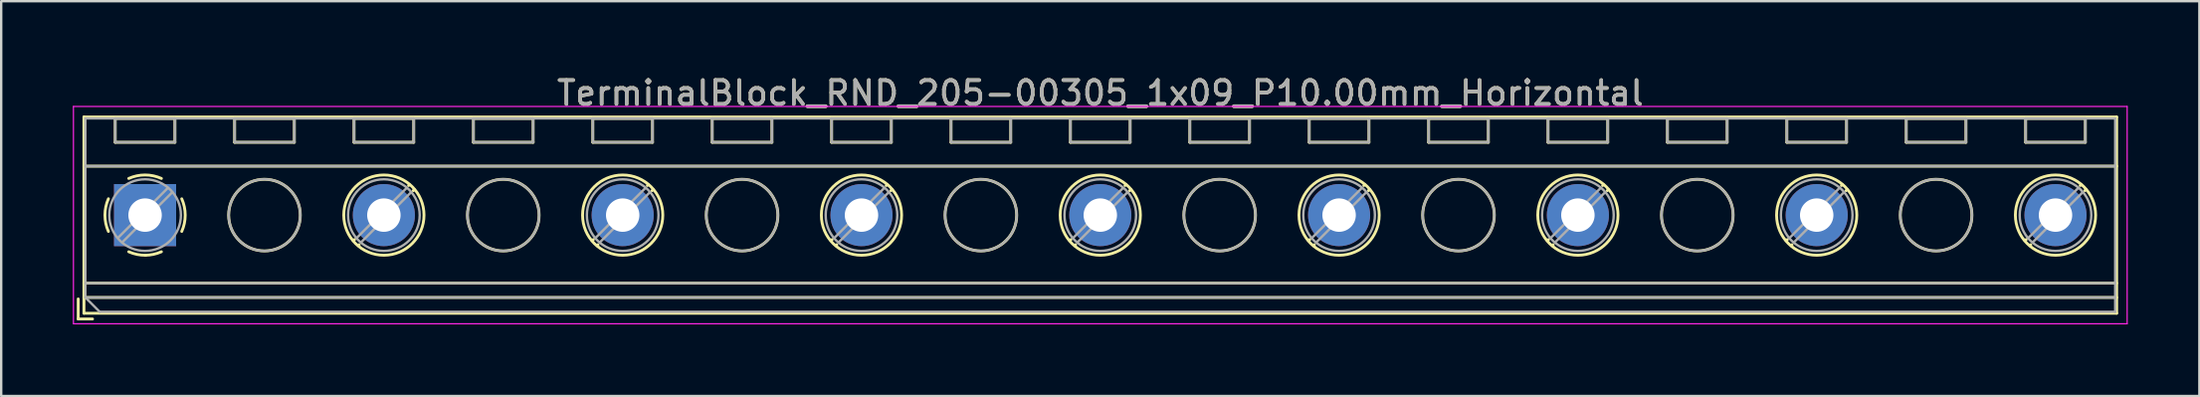
<source format=kicad_pcb>
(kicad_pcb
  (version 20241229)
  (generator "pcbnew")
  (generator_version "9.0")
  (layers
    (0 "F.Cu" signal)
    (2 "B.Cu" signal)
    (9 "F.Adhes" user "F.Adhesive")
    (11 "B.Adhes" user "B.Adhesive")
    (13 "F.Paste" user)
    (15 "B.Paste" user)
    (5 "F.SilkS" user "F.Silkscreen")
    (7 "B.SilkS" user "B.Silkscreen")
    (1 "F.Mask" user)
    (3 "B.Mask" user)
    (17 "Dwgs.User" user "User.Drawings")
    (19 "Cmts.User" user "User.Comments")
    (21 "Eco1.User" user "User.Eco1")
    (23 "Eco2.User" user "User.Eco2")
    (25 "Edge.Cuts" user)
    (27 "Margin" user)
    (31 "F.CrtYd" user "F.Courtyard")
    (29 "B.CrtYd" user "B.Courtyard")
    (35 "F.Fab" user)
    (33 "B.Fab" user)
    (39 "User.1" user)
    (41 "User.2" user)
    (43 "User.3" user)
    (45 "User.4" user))
  (footprint "TerminalBlock_RND_205-00305_1x09_P10.00mm_Horizontal"
    (layer "F.Cu")
    (at 3.025 5.958)
    (property "Reference" "TerminalBlock_RND_205-00305_1x09_P10.00mm_Horizontal" (at 40 -5.11 0) (layer "F.SilkS") (effects (font (size 1 1) (thickness 0.15))))
    (attr through_hole)
    (fp_line (start -2.8 3.51) (end -2.8 4.35) (stroke (width 0.12) (type solid)) (layer "F.SilkS"))
    (fp_line (start -2.8 4.35) (end -2.2 4.35) (stroke (width 0.12) (type solid)) (layer "F.SilkS"))
    (fp_line (start -2.56 -4.11) (end -2.56 4.11) (stroke (width 0.12) (type solid)) (layer "F.SilkS"))
    (fp_line (start -2.56 -4.11) (end 82.56 -4.11) (stroke (width 0.12) (type solid)) (layer "F.SilkS"))
    (fp_line (start -2.56 -2.05) (end 82.56 -2.05) (stroke (width 0.12) (type solid)) (layer "F.SilkS"))
    (fp_line (start -2.56 2.85) (end 82.56 2.85) (stroke (width 0.12) (type solid)) (layer "F.SilkS"))
    (fp_line (start -2.56 3.45) (end 82.56 3.45) (stroke (width 0.12) (type solid)) (layer "F.SilkS"))
    (fp_line (start -2.56 4.11) (end 82.56 4.11) (stroke (width 0.12) (type solid)) (layer "F.SilkS"))
    (fp_line (start -1.25 -4.05) (end -1.25 -3.05) (stroke (width 0.12) (type solid)) (layer "F.SilkS"))
    (fp_line (start -1.25 -4.05) (end 1.25 -4.05) (stroke (width 0.12) (type solid)) (layer "F.SilkS"))
    (fp_line (start -1.25 -3.05) (end 1.25 -3.05) (stroke (width 0.12) (type solid)) (layer "F.SilkS"))
    (fp_line (start 1.25 -4.05) (end 1.25 -3.05) (stroke (width 0.12) (type solid)) (layer "F.SilkS"))
    (fp_line (start 3.75 -4.05) (end 3.75 -3.05) (stroke (width 0.12) (type solid)) (layer "F.SilkS"))
    (fp_line (start 3.75 -4.05) (end 6.25 -4.05) (stroke (width 0.12) (type solid)) (layer "F.SilkS"))
    (fp_line (start 3.75 -3.05) (end 6.25 -3.05) (stroke (width 0.12) (type solid)) (layer "F.SilkS"))
    (fp_line (start 6.25 -4.05) (end 6.25 -3.05) (stroke (width 0.12) (type solid)) (layer "F.SilkS"))
    (fp_line (start 8.75 -4.05) (end 8.75 -3.05) (stroke (width 0.12) (type solid)) (layer "F.SilkS"))
    (fp_line (start 8.75 -4.05) (end 11.25 -4.05) (stroke (width 0.12) (type solid)) (layer "F.SilkS"))
    (fp_line (start 8.75 -3.05) (end 11.25 -3.05) (stroke (width 0.12) (type solid)) (layer "F.SilkS"))
    (fp_line (start 8.773 1.023) (end 8.726 1.069) (stroke (width 0.12) (type solid)) (layer "F.SilkS"))
    (fp_line (start 8.966 1.239) (end 8.931 1.274) (stroke (width 0.12) (type solid)) (layer "F.SilkS"))
    (fp_line (start 11.07 -1.275) (end 11.035 -1.239) (stroke (width 0.12) (type solid)) (layer "F.SilkS"))
    (fp_line (start 11.25 -4.05) (end 11.25 -3.05) (stroke (width 0.12) (type solid)) (layer "F.SilkS"))
    (fp_line (start 11.275 -1.069) (end 11.228 -1.023) (stroke (width 0.12) (type solid)) (layer "F.SilkS"))
    (fp_line (start 13.75 -4.05) (end 13.75 -3.05) (stroke (width 0.12) (type solid)) (layer "F.SilkS"))
    (fp_line (start 13.75 -4.05) (end 16.25 -4.05) (stroke (width 0.12) (type solid)) (layer "F.SilkS"))
    (fp_line (start 13.75 -3.05) (end 16.25 -3.05) (stroke (width 0.12) (type solid)) (layer "F.SilkS"))
    (fp_line (start 16.25 -4.05) (end 16.25 -3.05) (stroke (width 0.12) (type solid)) (layer "F.SilkS"))
    (fp_line (start 18.75 -4.05) (end 18.75 -3.05) (stroke (width 0.12) (type solid)) (layer "F.SilkS"))
    (fp_line (start 18.75 -4.05) (end 21.25 -4.05) (stroke (width 0.12) (type solid)) (layer "F.SilkS"))
    (fp_line (start 18.75 -3.05) (end 21.25 -3.05) (stroke (width 0.12) (type solid)) (layer "F.SilkS"))
    (fp_line (start 18.773 1.023) (end 18.726 1.069) (stroke (width 0.12) (type solid)) (layer "F.SilkS"))
    (fp_line (start 18.966 1.239) (end 18.931 1.274) (stroke (width 0.12) (type solid)) (layer "F.SilkS"))
    (fp_line (start 21.07 -1.275) (end 21.035 -1.239) (stroke (width 0.12) (type solid)) (layer "F.SilkS"))
    (fp_line (start 21.25 -4.05) (end 21.25 -3.05) (stroke (width 0.12) (type solid)) (layer "F.SilkS"))
    (fp_line (start 21.275 -1.069) (end 21.228 -1.023) (stroke (width 0.12) (type solid)) (layer "F.SilkS"))
    (fp_line (start 23.75 -4.05) (end 23.75 -3.05) (stroke (width 0.12) (type solid)) (layer "F.SilkS"))
    (fp_line (start 23.75 -4.05) (end 26.25 -4.05) (stroke (width 0.12) (type solid)) (layer "F.SilkS"))
    (fp_line (start 23.75 -3.05) (end 26.25 -3.05) (stroke (width 0.12) (type solid)) (layer "F.SilkS"))
    (fp_line (start 26.25 -4.05) (end 26.25 -3.05) (stroke (width 0.12) (type solid)) (layer "F.SilkS"))
    (fp_line (start 28.75 -4.05) (end 28.75 -3.05) (stroke (width 0.12) (type solid)) (layer "F.SilkS"))
    (fp_line (start 28.75 -4.05) (end 31.25 -4.05) (stroke (width 0.12) (type solid)) (layer "F.SilkS"))
    (fp_line (start 28.75 -3.05) (end 31.25 -3.05) (stroke (width 0.12) (type solid)) (layer "F.SilkS"))
    (fp_line (start 28.773 1.023) (end 28.726 1.069) (stroke (width 0.12) (type solid)) (layer "F.SilkS"))
    (fp_line (start 28.966 1.239) (end 28.931 1.274) (stroke (width 0.12) (type solid)) (layer "F.SilkS"))
    (fp_line (start 31.07 -1.275) (end 31.035 -1.239) (stroke (width 0.12) (type solid)) (layer "F.SilkS"))
    (fp_line (start 31.25 -4.05) (end 31.25 -3.05) (stroke (width 0.12) (type solid)) (layer "F.SilkS"))
    (fp_line (start 31.275 -1.069) (end 31.228 -1.023) (stroke (width 0.12) (type solid)) (layer "F.SilkS"))
    (fp_line (start 33.75 -4.05) (end 33.75 -3.05) (stroke (width 0.12) (type solid)) (layer "F.SilkS"))
    (fp_line (start 33.75 -4.05) (end 36.25 -4.05) (stroke (width 0.12) (type solid)) (layer "F.SilkS"))
    (fp_line (start 33.75 -3.05) (end 36.25 -3.05) (stroke (width 0.12) (type solid)) (layer "F.SilkS"))
    (fp_line (start 36.25 -4.05) (end 36.25 -3.05) (stroke (width 0.12) (type solid)) (layer "F.SilkS"))
    (fp_line (start 38.75 -4.05) (end 38.75 -3.05) (stroke (width 0.12) (type solid)) (layer "F.SilkS"))
    (fp_line (start 38.75 -4.05) (end 41.25 -4.05) (stroke (width 0.12) (type solid)) (layer "F.SilkS"))
    (fp_line (start 38.75 -3.05) (end 41.25 -3.05) (stroke (width 0.12) (type solid)) (layer "F.SilkS"))
    (fp_line (start 38.773 1.023) (end 38.726 1.069) (stroke (width 0.12) (type solid)) (layer "F.SilkS"))
    (fp_line (start 38.966 1.239) (end 38.931 1.274) (stroke (width 0.12) (type solid)) (layer "F.SilkS"))
    (fp_line (start 41.07 -1.275) (end 41.035 -1.239) (stroke (width 0.12) (type solid)) (layer "F.SilkS"))
    (fp_line (start 41.25 -4.05) (end 41.25 -3.05) (stroke (width 0.12) (type solid)) (layer "F.SilkS"))
    (fp_line (start 41.275 -1.069) (end 41.228 -1.023) (stroke (width 0.12) (type solid)) (layer "F.SilkS"))
    (fp_line (start 43.75 -4.05) (end 43.75 -3.05) (stroke (width 0.12) (type solid)) (layer "F.SilkS"))
    (fp_line (start 43.75 -4.05) (end 46.25 -4.05) (stroke (width 0.12) (type solid)) (layer "F.SilkS"))
    (fp_line (start 43.75 -3.05) (end 46.25 -3.05) (stroke (width 0.12) (type solid)) (layer "F.SilkS"))
    (fp_line (start 46.25 -4.05) (end 46.25 -3.05) (stroke (width 0.12) (type solid)) (layer "F.SilkS"))
    (fp_line (start 48.75 -4.05) (end 48.75 -3.05) (stroke (width 0.12) (type solid)) (layer "F.SilkS"))
    (fp_line (start 48.75 -4.05) (end 51.25 -4.05) (stroke (width 0.12) (type solid)) (layer "F.SilkS"))
    (fp_line (start 48.75 -3.05) (end 51.25 -3.05) (stroke (width 0.12) (type solid)) (layer "F.SilkS"))
    (fp_line (start 48.773 1.023) (end 48.726 1.069) (stroke (width 0.12) (type solid)) (layer "F.SilkS"))
    (fp_line (start 48.966 1.239) (end 48.931 1.274) (stroke (width 0.12) (type solid)) (layer "F.SilkS"))
    (fp_line (start 51.07 -1.275) (end 51.035 -1.239) (stroke (width 0.12) (type solid)) (layer "F.SilkS"))
    (fp_line (start 51.25 -4.05) (end 51.25 -3.05) (stroke (width 0.12) (type solid)) (layer "F.SilkS"))
    (fp_line (start 51.275 -1.069) (end 51.228 -1.023) (stroke (width 0.12) (type solid)) (layer "F.SilkS"))
    (fp_line (start 53.75 -4.05) (end 53.75 -3.05) (stroke (width 0.12) (type solid)) (layer "F.SilkS"))
    (fp_line (start 53.75 -4.05) (end 56.25 -4.05) (stroke (width 0.12) (type solid)) (layer "F.SilkS"))
    (fp_line (start 53.75 -3.05) (end 56.25 -3.05) (stroke (width 0.12) (type solid)) (layer "F.SilkS"))
    (fp_line (start 56.25 -4.05) (end 56.25 -3.05) (stroke (width 0.12) (type solid)) (layer "F.SilkS"))
    (fp_line (start 58.75 -4.05) (end 58.75 -3.05) (stroke (width 0.12) (type solid)) (layer "F.SilkS"))
    (fp_line (start 58.75 -4.05) (end 61.25 -4.05) (stroke (width 0.12) (type solid)) (layer "F.SilkS"))
    (fp_line (start 58.75 -3.05) (end 61.25 -3.05) (stroke (width 0.12) (type solid)) (layer "F.SilkS"))
    (fp_line (start 58.773 1.023) (end 58.726 1.069) (stroke (width 0.12) (type solid)) (layer "F.SilkS"))
    (fp_line (start 58.966 1.239) (end 58.931 1.274) (stroke (width 0.12) (type solid)) (layer "F.SilkS"))
    (fp_line (start 61.07 -1.275) (end 61.035 -1.239) (stroke (width 0.12) (type solid)) (layer "F.SilkS"))
    (fp_line (start 61.25 -4.05) (end 61.25 -3.05) (stroke (width 0.12) (type solid)) (layer "F.SilkS"))
    (fp_line (start 61.275 -1.069) (end 61.228 -1.023) (stroke (width 0.12) (type solid)) (layer "F.SilkS"))
    (fp_line (start 63.75 -4.05) (end 63.75 -3.05) (stroke (width 0.12) (type solid)) (layer "F.SilkS"))
    (fp_line (start 63.75 -4.05) (end 66.25 -4.05) (stroke (width 0.12) (type solid)) (layer "F.SilkS"))
    (fp_line (start 63.75 -3.05) (end 66.25 -3.05) (stroke (width 0.12) (type solid)) (layer "F.SilkS"))
    (fp_line (start 66.25 -4.05) (end 66.25 -3.05) (stroke (width 0.12) (type solid)) (layer "F.SilkS"))
    (fp_line (start 68.75 -4.05) (end 68.75 -3.05) (stroke (width 0.12) (type solid)) (layer "F.SilkS"))
    (fp_line (start 68.75 -4.05) (end 71.25 -4.05) (stroke (width 0.12) (type solid)) (layer "F.SilkS"))
    (fp_line (start 68.75 -3.05) (end 71.25 -3.05) (stroke (width 0.12) (type solid)) (layer "F.SilkS"))
    (fp_line (start 68.773 1.023) (end 68.726 1.069) (stroke (width 0.12) (type solid)) (layer "F.SilkS"))
    (fp_line (start 68.966 1.239) (end 68.931 1.274) (stroke (width 0.12) (type solid)) (layer "F.SilkS"))
    (fp_line (start 71.07 -1.275) (end 71.035 -1.239) (stroke (width 0.12) (type solid)) (layer "F.SilkS"))
    (fp_line (start 71.25 -4.05) (end 71.25 -3.05) (stroke (width 0.12) (type solid)) (layer "F.SilkS"))
    (fp_line (start 71.275 -1.069) (end 71.228 -1.023) (stroke (width 0.12) (type solid)) (layer "F.SilkS"))
    (fp_line (start 73.75 -4.05) (end 73.75 -3.05) (stroke (width 0.12) (type solid)) (layer "F.SilkS"))
    (fp_line (start 73.75 -4.05) (end 76.25 -4.05) (stroke (width 0.12) (type solid)) (layer "F.SilkS"))
    (fp_line (start 73.75 -3.05) (end 76.25 -3.05) (stroke (width 0.12) (type solid)) (layer "F.SilkS"))
    (fp_line (start 76.25 -4.05) (end 76.25 -3.05) (stroke (width 0.12) (type solid)) (layer "F.SilkS"))
    (fp_line (start 78.75 -4.05) (end 78.75 -3.05) (stroke (width 0.12) (type solid)) (layer "F.SilkS"))
    (fp_line (start 78.75 -4.05) (end 81.25 -4.05) (stroke (width 0.12) (type solid)) (layer "F.SilkS"))
    (fp_line (start 78.75 -3.05) (end 81.25 -3.05) (stroke (width 0.12) (type solid)) (layer "F.SilkS"))
    (fp_line (start 78.773 1.023) (end 78.726 1.069) (stroke (width 0.12) (type solid)) (layer "F.SilkS"))
    (fp_line (start 78.966 1.239) (end 78.931 1.274) (stroke (width 0.12) (type solid)) (layer "F.SilkS"))
    (fp_line (start 81.07 -1.275) (end 81.035 -1.239) (stroke (width 0.12) (type solid)) (layer "F.SilkS"))
    (fp_line (start 81.25 -4.05) (end 81.25 -3.05) (stroke (width 0.12) (type solid)) (layer "F.SilkS"))
    (fp_line (start 81.275 -1.069) (end 81.228 -1.023) (stroke (width 0.12) (type solid)) (layer "F.SilkS"))
    (fp_line (start 82.56 -4.11) (end 82.56 4.11) (stroke (width 0.12) (type solid)) (layer "F.SilkS"))
    (fp_arc (start -1.535427 0.683042) (mid -1.680501 -0.000524) (end -1.535 -0.684) (stroke (width 0.12) (type solid)) (layer "F.SilkS"))
    (fp_arc (start -0.683042 -1.535427) (mid 0.000524 -1.680501) (end 0.684 -1.535) (stroke (width 0.12) (type solid)) (layer "F.SilkS"))
    (fp_arc (start 0.028805 1.680253) (mid -0.335551 1.646659) (end -0.684 1.535) (stroke (width 0.12) (type solid)) (layer "F.SilkS"))
    (fp_arc (start 0.683318 1.534756) (mid 0.349292 1.643288) (end 0 1.68) (stroke (width 0.12) (type solid)) (layer "F.SilkS"))
    (fp_arc (start 1.535427 -0.683042) (mid 1.680501 0.000524) (end 1.535 0.684) (stroke (width 0.12) (type solid)) (layer "F.SilkS"))
    (fp_circle (center 5 0) (end 6.5 0) (stroke (width 0.12) (type solid)) (fill no) (layer "F.SilkS"))
    (fp_circle (center 10 0) (end 11.68 0) (stroke (width 0.12) (type solid)) (fill no) (layer "F.SilkS"))
    (fp_circle (center 15 0) (end 16.5 0) (stroke (width 0.12) (type solid)) (fill no) (layer "F.SilkS"))
    (fp_circle (center 20 0) (end 21.68 0) (stroke (width 0.12) (type solid)) (fill no) (layer "F.SilkS"))
    (fp_circle (center 25 0) (end 26.5 0) (stroke (width 0.12) (type solid)) (fill no) (layer "F.SilkS"))
    (fp_circle (center 30 0) (end 31.68 0) (stroke (width 0.12) (type solid)) (fill no) (layer "F.SilkS"))
    (fp_circle (center 35 0) (end 36.5 0) (stroke (width 0.12) (type solid)) (fill no) (layer "F.SilkS"))
    (fp_circle (center 40 0) (end 41.68 0) (stroke (width 0.12) (type solid)) (fill no) (layer "F.SilkS"))
    (fp_circle (center 45 0) (end 46.5 0) (stroke (width 0.12) (type solid)) (fill no) (layer "F.SilkS"))
    (fp_circle (center 50 0) (end 51.68 0) (stroke (width 0.12) (type solid)) (fill no) (layer "F.SilkS"))
    (fp_circle (center 55 0) (end 56.5 0) (stroke (width 0.12) (type solid)) (fill no) (layer "F.SilkS"))
    (fp_circle (center 60 0) (end 61.68 0) (stroke (width 0.12) (type solid)) (fill no) (layer "F.SilkS"))
    (fp_circle (center 65 0) (end 66.5 0) (stroke (width 0.12) (type solid)) (fill no) (layer "F.SilkS"))
    (fp_circle (center 70 0) (end 71.68 0) (stroke (width 0.12) (type solid)) (fill no) (layer "F.SilkS"))
    (fp_circle (center 75 0) (end 76.5 0) (stroke (width 0.12) (type solid)) (fill no) (layer "F.SilkS"))
    (fp_circle (center 80 0) (end 81.68 0) (stroke (width 0.12) (type solid)) (fill no) (layer "F.SilkS"))
    (fp_line (start -3 -4.55) (end -3 4.55) (stroke (width 0.05) (type solid)) (layer "F.CrtYd"))
    (fp_line (start -3 4.55) (end 83 4.55) (stroke (width 0.05) (type solid)) (layer "F.CrtYd"))
    (fp_line (start 83 -4.55) (end -3 -4.55) (stroke (width 0.05) (type solid)) (layer "F.CrtYd"))
    (fp_line (start 83 4.55) (end 83 -4.55) (stroke (width 0.05) (type solid)) (layer "F.CrtYd"))
    (fp_line (start -2.5 -4.05) (end 82.5 -4.05) (stroke (width 0.1) (type solid)) (layer "F.Fab"))
    (fp_line (start -2.5 -2.05) (end 82.5 -2.05) (stroke (width 0.1) (type solid)) (layer "F.Fab"))
    (fp_line (start -2.5 2.85) (end 82.5 2.85) (stroke (width 0.1) (type solid)) (layer "F.Fab"))
    (fp_line (start -2.5 3.45) (end -2.5 -4.05) (stroke (width 0.1) (type solid)) (layer "F.Fab"))
    (fp_line (start -2.5 3.45) (end 82.5 3.45) (stroke (width 0.1) (type solid)) (layer "F.Fab"))
    (fp_line (start -1.9 4.05) (end -2.5 3.45) (stroke (width 0.1) (type solid)) (layer "F.Fab"))
    (fp_line (start -1.25 -4.05) (end -1.25 -3.05) (stroke (width 0.1) (type solid)) (layer "F.Fab"))
    (fp_line (start -1.25 -3.05) (end 1.25 -3.05) (stroke (width 0.1) (type solid)) (layer "F.Fab"))
    (fp_line (start 0.955 -1.138) (end -1.138 0.955) (stroke (width 0.1) (type solid)) (layer "F.Fab"))
    (fp_line (start 1.138 -0.955) (end -0.955 1.138) (stroke (width 0.1) (type solid)) (layer "F.Fab"))
    (fp_line (start 1.25 -4.05) (end -1.25 -4.05) (stroke (width 0.1) (type solid)) (layer "F.Fab"))
    (fp_line (start 1.25 -3.05) (end 1.25 -4.05) (stroke (width 0.1) (type solid)) (layer "F.Fab"))
    (fp_line (start 3.75 -4.05) (end 3.75 -3.05) (stroke (width 0.1) (type solid)) (layer "F.Fab"))
    (fp_line (start 3.75 -3.05) (end 6.25 -3.05) (stroke (width 0.1) (type solid)) (layer "F.Fab"))
    (fp_line (start 6.25 -4.05) (end 3.75 -4.05) (stroke (width 0.1) (type solid)) (layer "F.Fab"))
    (fp_line (start 6.25 -3.05) (end 6.25 -4.05) (stroke (width 0.1) (type solid)) (layer "F.Fab"))
    (fp_line (start 8.75 -4.05) (end 8.75 -3.05) (stroke (width 0.1) (type solid)) (layer "F.Fab"))
    (fp_line (start 8.75 -3.05) (end 11.25 -3.05) (stroke (width 0.1) (type solid)) (layer "F.Fab"))
    (fp_line (start 10.955 -1.138) (end 8.863 0.955) (stroke (width 0.1) (type solid)) (layer "F.Fab"))
    (fp_line (start 11.138 -0.955) (end 9.046 1.138) (stroke (width 0.1) (type solid)) (layer "F.Fab"))
    (fp_line (start 11.25 -4.05) (end 8.75 -4.05) (stroke (width 0.1) (type solid)) (layer "F.Fab"))
    (fp_line (start 11.25 -3.05) (end 11.25 -4.05) (stroke (width 0.1) (type solid)) (layer "F.Fab"))
    (fp_line (start 13.75 -4.05) (end 13.75 -3.05) (stroke (width 0.1) (type solid)) (layer "F.Fab"))
    (fp_line (start 13.75 -3.05) (end 16.25 -3.05) (stroke (width 0.1) (type solid)) (layer "F.Fab"))
    (fp_line (start 16.25 -4.05) (end 13.75 -4.05) (stroke (width 0.1) (type solid)) (layer "F.Fab"))
    (fp_line (start 16.25 -3.05) (end 16.25 -4.05) (stroke (width 0.1) (type solid)) (layer "F.Fab"))
    (fp_line (start 18.75 -4.05) (end 18.75 -3.05) (stroke (width 0.1) (type solid)) (layer "F.Fab"))
    (fp_line (start 18.75 -3.05) (end 21.25 -3.05) (stroke (width 0.1) (type solid)) (layer "F.Fab"))
    (fp_line (start 20.955 -1.138) (end 18.863 0.955) (stroke (width 0.1) (type solid)) (layer "F.Fab"))
    (fp_line (start 21.138 -0.955) (end 19.046 1.138) (stroke (width 0.1) (type solid)) (layer "F.Fab"))
    (fp_line (start 21.25 -4.05) (end 18.75 -4.05) (stroke (width 0.1) (type solid)) (layer "F.Fab"))
    (fp_line (start 21.25 -3.05) (end 21.25 -4.05) (stroke (width 0.1) (type solid)) (layer "F.Fab"))
    (fp_line (start 23.75 -4.05) (end 23.75 -3.05) (stroke (width 0.1) (type solid)) (layer "F.Fab"))
    (fp_line (start 23.75 -3.05) (end 26.25 -3.05) (stroke (width 0.1) (type solid)) (layer "F.Fab"))
    (fp_line (start 26.25 -4.05) (end 23.75 -4.05) (stroke (width 0.1) (type solid)) (layer "F.Fab"))
    (fp_line (start 26.25 -3.05) (end 26.25 -4.05) (stroke (width 0.1) (type solid)) (layer "F.Fab"))
    (fp_line (start 28.75 -4.05) (end 28.75 -3.05) (stroke (width 0.1) (type solid)) (layer "F.Fab"))
    (fp_line (start 28.75 -3.05) (end 31.25 -3.05) (stroke (width 0.1) (type solid)) (layer "F.Fab"))
    (fp_line (start 30.955 -1.138) (end 28.863 0.955) (stroke (width 0.1) (type solid)) (layer "F.Fab"))
    (fp_line (start 31.138 -0.955) (end 29.046 1.138) (stroke (width 0.1) (type solid)) (layer "F.Fab"))
    (fp_line (start 31.25 -4.05) (end 28.75 -4.05) (stroke (width 0.1) (type solid)) (layer "F.Fab"))
    (fp_line (start 31.25 -3.05) (end 31.25 -4.05) (stroke (width 0.1) (type solid)) (layer "F.Fab"))
    (fp_line (start 33.75 -4.05) (end 33.75 -3.05) (stroke (width 0.1) (type solid)) (layer "F.Fab"))
    (fp_line (start 33.75 -3.05) (end 36.25 -3.05) (stroke (width 0.1) (type solid)) (layer "F.Fab"))
    (fp_line (start 36.25 -4.05) (end 33.75 -4.05) (stroke (width 0.1) (type solid)) (layer "F.Fab"))
    (fp_line (start 36.25 -3.05) (end 36.25 -4.05) (stroke (width 0.1) (type solid)) (layer "F.Fab"))
    (fp_line (start 38.75 -4.05) (end 38.75 -3.05) (stroke (width 0.1) (type solid)) (layer "F.Fab"))
    (fp_line (start 38.75 -3.05) (end 41.25 -3.05) (stroke (width 0.1) (type solid)) (layer "F.Fab"))
    (fp_line (start 40.955 -1.138) (end 38.863 0.955) (stroke (width 0.1) (type solid)) (layer "F.Fab"))
    (fp_line (start 41.138 -0.955) (end 39.046 1.138) (stroke (width 0.1) (type solid)) (layer "F.Fab"))
    (fp_line (start 41.25 -4.05) (end 38.75 -4.05) (stroke (width 0.1) (type solid)) (layer "F.Fab"))
    (fp_line (start 41.25 -3.05) (end 41.25 -4.05) (stroke (width 0.1) (type solid)) (layer "F.Fab"))
    (fp_line (start 43.75 -4.05) (end 43.75 -3.05) (stroke (width 0.1) (type solid)) (layer "F.Fab"))
    (fp_line (start 43.75 -3.05) (end 46.25 -3.05) (stroke (width 0.1) (type solid)) (layer "F.Fab"))
    (fp_line (start 46.25 -4.05) (end 43.75 -4.05) (stroke (width 0.1) (type solid)) (layer "F.Fab"))
    (fp_line (start 46.25 -3.05) (end 46.25 -4.05) (stroke (width 0.1) (type solid)) (layer "F.Fab"))
    (fp_line (start 48.75 -4.05) (end 48.75 -3.05) (stroke (width 0.1) (type solid)) (layer "F.Fab"))
    (fp_line (start 48.75 -3.05) (end 51.25 -3.05) (stroke (width 0.1) (type solid)) (layer "F.Fab"))
    (fp_line (start 50.955 -1.138) (end 48.863 0.955) (stroke (width 0.1) (type solid)) (layer "F.Fab"))
    (fp_line (start 51.138 -0.955) (end 49.046 1.138) (stroke (width 0.1) (type solid)) (layer "F.Fab"))
    (fp_line (start 51.25 -4.05) (end 48.75 -4.05) (stroke (width 0.1) (type solid)) (layer "F.Fab"))
    (fp_line (start 51.25 -3.05) (end 51.25 -4.05) (stroke (width 0.1) (type solid)) (layer "F.Fab"))
    (fp_line (start 53.75 -4.05) (end 53.75 -3.05) (stroke (width 0.1) (type solid)) (layer "F.Fab"))
    (fp_line (start 53.75 -3.05) (end 56.25 -3.05) (stroke (width 0.1) (type solid)) (layer "F.Fab"))
    (fp_line (start 56.25 -4.05) (end 53.75 -4.05) (stroke (width 0.1) (type solid)) (layer "F.Fab"))
    (fp_line (start 56.25 -3.05) (end 56.25 -4.05) (stroke (width 0.1) (type solid)) (layer "F.Fab"))
    (fp_line (start 58.75 -4.05) (end 58.75 -3.05) (stroke (width 0.1) (type solid)) (layer "F.Fab"))
    (fp_line (start 58.75 -3.05) (end 61.25 -3.05) (stroke (width 0.1) (type solid)) (layer "F.Fab"))
    (fp_line (start 60.955 -1.138) (end 58.863 0.955) (stroke (width 0.1) (type solid)) (layer "F.Fab"))
    (fp_line (start 61.138 -0.955) (end 59.046 1.138) (stroke (width 0.1) (type solid)) (layer "F.Fab"))
    (fp_line (start 61.25 -4.05) (end 58.75 -4.05) (stroke (width 0.1) (type solid)) (layer "F.Fab"))
    (fp_line (start 61.25 -3.05) (end 61.25 -4.05) (stroke (width 0.1) (type solid)) (layer "F.Fab"))
    (fp_line (start 63.75 -4.05) (end 63.75 -3.05) (stroke (width 0.1) (type solid)) (layer "F.Fab"))
    (fp_line (start 63.75 -3.05) (end 66.25 -3.05) (stroke (width 0.1) (type solid)) (layer "F.Fab"))
    (fp_line (start 66.25 -4.05) (end 63.75 -4.05) (stroke (width 0.1) (type solid)) (layer "F.Fab"))
    (fp_line (start 66.25 -3.05) (end 66.25 -4.05) (stroke (width 0.1) (type solid)) (layer "F.Fab"))
    (fp_line (start 68.75 -4.05) (end 68.75 -3.05) (stroke (width 0.1) (type solid)) (layer "F.Fab"))
    (fp_line (start 68.75 -3.05) (end 71.25 -3.05) (stroke (width 0.1) (type solid)) (layer "F.Fab"))
    (fp_line (start 70.955 -1.138) (end 68.863 0.955) (stroke (width 0.1) (type solid)) (layer "F.Fab"))
    (fp_line (start 71.138 -0.955) (end 69.046 1.138) (stroke (width 0.1) (type solid)) (layer "F.Fab"))
    (fp_line (start 71.25 -4.05) (end 68.75 -4.05) (stroke (width 0.1) (type solid)) (layer "F.Fab"))
    (fp_line (start 71.25 -3.05) (end 71.25 -4.05) (stroke (width 0.1) (type solid)) (layer "F.Fab"))
    (fp_line (start 73.75 -4.05) (end 73.75 -3.05) (stroke (width 0.1) (type solid)) (layer "F.Fab"))
    (fp_line (start 73.75 -3.05) (end 76.25 -3.05) (stroke (width 0.1) (type solid)) (layer "F.Fab"))
    (fp_line (start 76.25 -4.05) (end 73.75 -4.05) (stroke (width 0.1) (type solid)) (layer "F.Fab"))
    (fp_line (start 76.25 -3.05) (end 76.25 -4.05) (stroke (width 0.1) (type solid)) (layer "F.Fab"))
    (fp_line (start 78.75 -4.05) (end 78.75 -3.05) (stroke (width 0.1) (type solid)) (layer "F.Fab"))
    (fp_line (start 78.75 -3.05) (end 81.25 -3.05) (stroke (width 0.1) (type solid)) (layer "F.Fab"))
    (fp_line (start 80.955 -1.138) (end 78.863 0.955) (stroke (width 0.1) (type solid)) (layer "F.Fab"))
    (fp_line (start 81.138 -0.955) (end 79.046 1.138) (stroke (width 0.1) (type solid)) (layer "F.Fab"))
    (fp_line (start 81.25 -4.05) (end 78.75 -4.05) (stroke (width 0.1) (type solid)) (layer "F.Fab"))
    (fp_line (start 81.25 -3.05) (end 81.25 -4.05) (stroke (width 0.1) (type solid)) (layer "F.Fab"))
    (fp_line (start 82.5 -4.05) (end 82.5 4.05) (stroke (width 0.1) (type solid)) (layer "F.Fab"))
    (fp_line (start 82.5 4.05) (end -1.9 4.05) (stroke (width 0.1) (type solid)) (layer "F.Fab"))
    (fp_circle (center 0 0) (end 1.5 0) (stroke (width 0.1) (type solid)) (fill no) (layer "F.Fab"))
    (fp_circle (center 5 0) (end 6.5 0) (stroke (width 0.1) (type solid)) (fill no) (layer "F.Fab"))
    (fp_circle (center 10 0) (end 11.5 0) (stroke (width 0.1) (type solid)) (fill no) (layer "F.Fab"))
    (fp_circle (center 15 0) (end 16.5 0) (stroke (width 0.1) (type solid)) (fill no) (layer "F.Fab"))
    (fp_circle (center 20 0) (end 21.5 0) (stroke (width 0.1) (type solid)) (fill no) (layer "F.Fab"))
    (fp_circle (center 25 0) (end 26.5 0) (stroke (width 0.1) (type solid)) (fill no) (layer "F.Fab"))
    (fp_circle (center 30 0) (end 31.5 0) (stroke (width 0.1) (type solid)) (fill no) (layer "F.Fab"))
    (fp_circle (center 35 0) (end 36.5 0) (stroke (width 0.1) (type solid)) (fill no) (layer "F.Fab"))
    (fp_circle (center 40 0) (end 41.5 0) (stroke (width 0.1) (type solid)) (fill no) (layer "F.Fab"))
    (fp_circle (center 45 0) (end 46.5 0) (stroke (width 0.1) (type solid)) (fill no) (layer "F.Fab"))
    (fp_circle (center 50 0) (end 51.5 0) (stroke (width 0.1) (type solid)) (fill no) (layer "F.Fab"))
    (fp_circle (center 55 0) (end 56.5 0) (stroke (width 0.1) (type solid)) (fill no) (layer "F.Fab"))
    (fp_circle (center 60 0) (end 61.5 0) (stroke (width 0.1) (type solid)) (fill no) (layer "F.Fab"))
    (fp_circle (center 65 0) (end 66.5 0) (stroke (width 0.1) (type solid)) (fill no) (layer "F.Fab"))
    (fp_circle (center 70 0) (end 71.5 0) (stroke (width 0.1) (type solid)) (fill no) (layer "F.Fab"))
    (fp_circle (center 75 0) (end 76.5 0) (stroke (width 0.1) (type solid)) (fill no) (layer "F.Fab"))
    (fp_circle (center 80 0) (end 81.5 0) (stroke (width 0.1) (type solid)) (fill no) (layer "F.Fab"))
    (fp_text user "${REFERENCE}" (at 40 -5.11 0) (layer "F.Fab") (effects (font (size 1 1) (thickness 0.15))))
    (pad "1" thru_hole rect (at 0 0) (size 2.6 2.6) (drill 1.4) (layers "*.Cu" "*.Mask"))
    (pad "2" thru_hole circle (at 10 0) (size 2.6 2.6) (drill 1.4) (layers "*.Cu" "*.Mask"))
    (pad "3" thru_hole circle (at 20 0) (size 2.6 2.6) (drill 1.4) (layers "*.Cu" "*.Mask"))
    (pad "4" thru_hole circle (at 30 0) (size 2.6 2.6) (drill 1.4) (layers "*.Cu" "*.Mask"))
    (pad "5" thru_hole circle (at 40 0) (size 2.6 2.6) (drill 1.4) (layers "*.Cu" "*.Mask"))
    (pad "6" thru_hole circle (at 50 0) (size 2.6 2.6) (drill 1.4) (layers "*.Cu" "*.Mask"))
    (pad "7" thru_hole circle (at 60 0) (size 2.6 2.6) (drill 1.4) (layers "*.Cu" "*.Mask"))
    (pad "8" thru_hole circle (at 70 0) (size 2.6 2.6) (drill 1.4) (layers "*.Cu" "*.Mask"))
    (pad "9" thru_hole circle (at 80 0) (size 2.6 2.6) (drill 1.4) (layers "*.Cu" "*.Mask")))
  (gr_rect
    (start -3 -3)
    (end 89.05 13.533)
    (stroke (width 0.1) (type default))
    (fill no)
    (layer "Edge.Cuts")))
</source>
